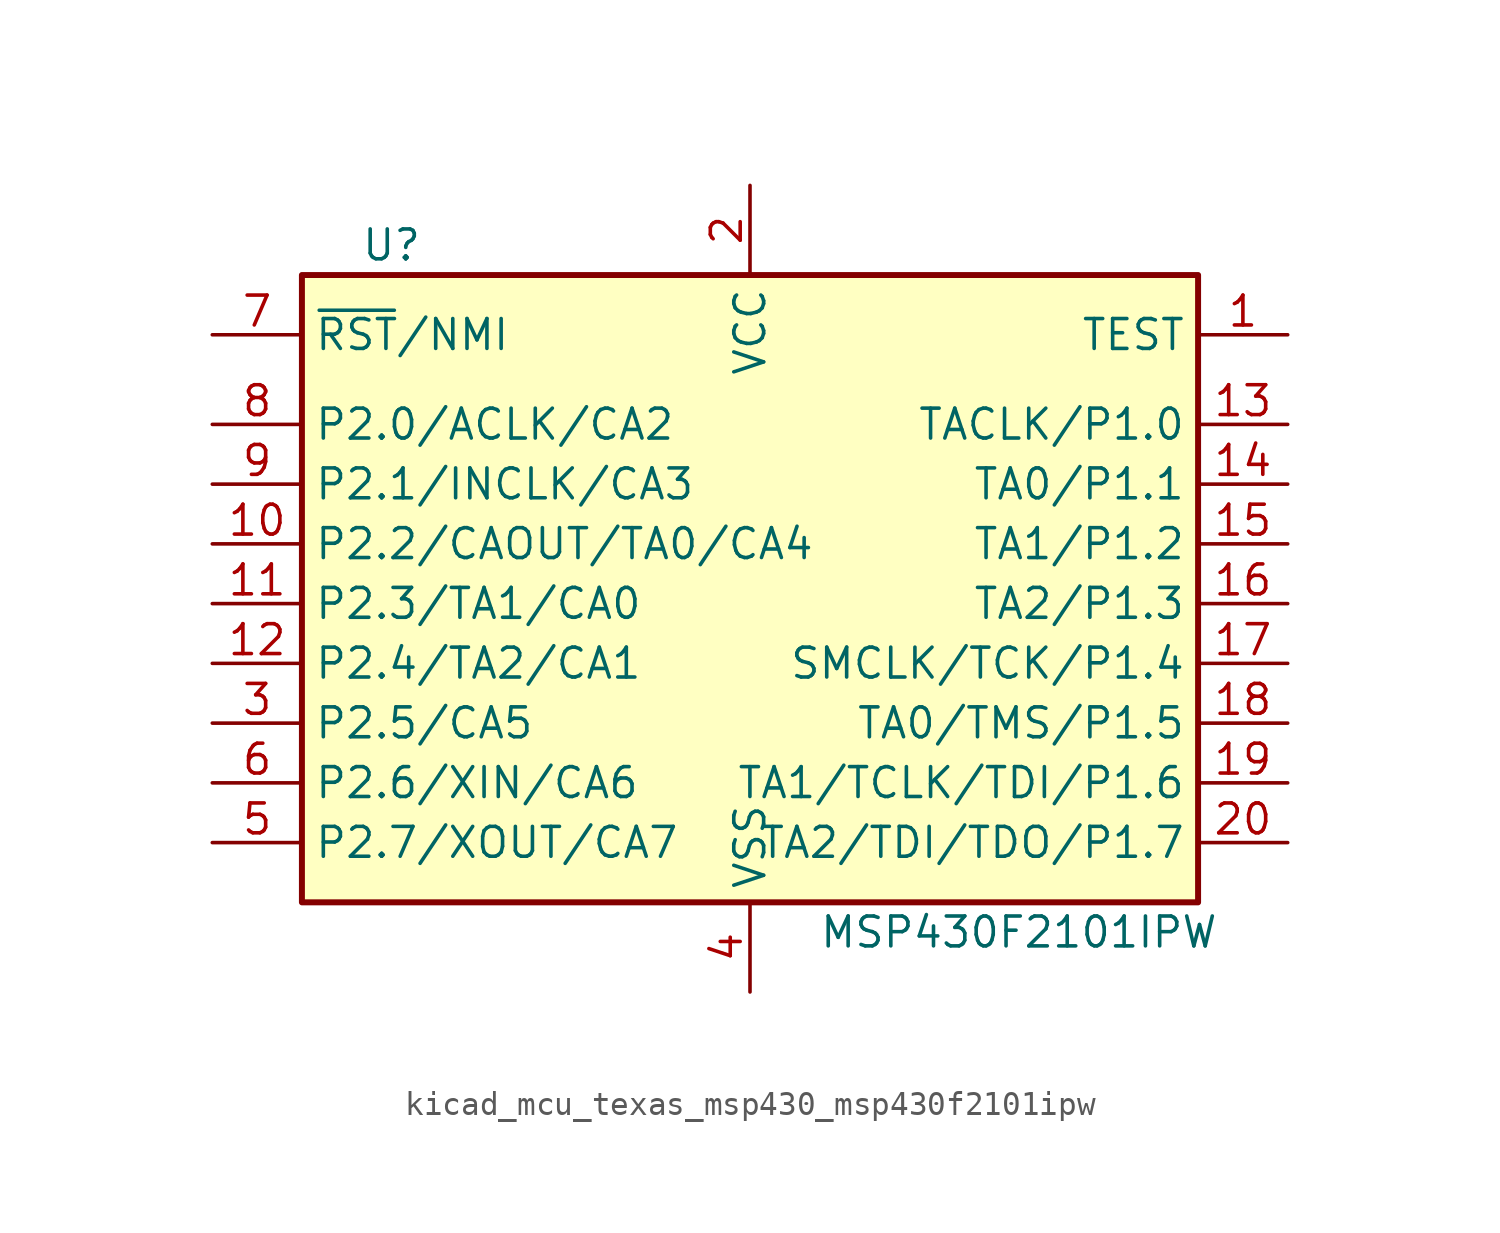
<source format=kicad_sym>
(kicad_symbol_lib
  (version 20220914)
  (generator kicad_symbol_editor)
  (symbol "kicad_mcu_texas_msp430_msp430f2101ipw"
    (property "Reference" "U"
      (at -15.24 15.24 0)
      (effects (font (size 1.27 1.27))))
    (property "Value" "MSP430F2101IPW"
      (at 11.43 -13.97 0)
      (effects (font (size 1.27 1.27))))
    (symbol "kicad_mcu_texas_msp430_msp430f2101ipw_0_1"
      (rectangle (start -19.05 13.97) (end 19.05 -12.7) (stroke (width 0.254) (type default)) (fill (type background))))
    (symbol "kicad_mcu_texas_msp430_msp430f2101ipw_1_1"
      (pin input line (at 22.86 11.43 180) (length 3.81) (name "TEST" (effects (font (size 1.27 1.27)))) (number "1" (effects (font (size 1.27 1.27)))))
      (pin bidirectional line (at -22.86 2.54 0) (length 3.81) (name "P2.2/CAOUT/TA0/CA4" (effects (font (size 1.27 1.27)))) (number "10" (effects (font (size 1.27 1.27)))))
      (pin bidirectional line (at -22.86 0 0) (length 3.81) (name "P2.3/TA1/CA0" (effects (font (size 1.27 1.27)))) (number "11" (effects (font (size 1.27 1.27)))))
      (pin bidirectional line (at -22.86 -2.54 0) (length 3.81) (name "P2.4/TA2/CA1" (effects (font (size 1.27 1.27)))) (number "12" (effects (font (size 1.27 1.27)))))
      (pin bidirectional line (at 22.86 7.62 180) (length 3.81) (name "TACLK/P1.0" (effects (font (size 1.27 1.27)))) (number "13" (effects (font (size 1.27 1.27)))))
      (pin bidirectional line (at 22.86 5.08 180) (length 3.81) (name "TA0/P1.1" (effects (font (size 1.27 1.27)))) (number "14" (effects (font (size 1.27 1.27)))))
      (pin bidirectional line (at 22.86 2.54 180) (length 3.81) (name "TA1/P1.2" (effects (font (size 1.27 1.27)))) (number "15" (effects (font (size 1.27 1.27)))))
      (pin bidirectional line (at 22.86 0 180) (length 3.81) (name "TA2/P1.3" (effects (font (size 1.27 1.27)))) (number "16" (effects (font (size 1.27 1.27)))))
      (pin bidirectional line (at 22.86 -2.54 180) (length 3.81) (name "SMCLK/TCK/P1.4" (effects (font (size 1.27 1.27)))) (number "17" (effects (font (size 1.27 1.27)))))
      (pin bidirectional line (at 22.86 -5.08 180) (length 3.81) (name "TA0/TMS/P1.5" (effects (font (size 1.27 1.27)))) (number "18" (effects (font (size 1.27 1.27)))))
      (pin bidirectional line (at 22.86 -7.62 180) (length 3.81) (name "TA1/TCLK/TDI/P1.6" (effects (font (size 1.27 1.27)))) (number "19" (effects (font (size 1.27 1.27)))))
      (pin power_in line (at 0 17.78 270) (length 3.81) (name "VCC" (effects (font (size 1.27 1.27)))) (number "2" (effects (font (size 1.27 1.27)))))
      (pin bidirectional line (at 22.86 -10.16 180) (length 3.81) (name "TA2/TDI/TDO/P1.7" (effects (font (size 1.27 1.27)))) (number "20" (effects (font (size 1.27 1.27)))))
      (pin bidirectional line (at -22.86 -5.08 0) (length 3.81) (name "P2.5/CA5" (effects (font (size 1.27 1.27)))) (number "3" (effects (font (size 1.27 1.27)))))
      (pin power_in line (at 0 -16.51 90) (length 3.81) (name "VSS" (effects (font (size 1.27 1.27)))) (number "4" (effects (font (size 1.27 1.27)))))
      (pin bidirectional line (at -22.86 -10.16 0) (length 3.81) (name "P2.7/XOUT/CA7" (effects (font (size 1.27 1.27)))) (number "5" (effects (font (size 1.27 1.27)))))
      (pin bidirectional line (at -22.86 -7.62 0) (length 3.81) (name "P2.6/XIN/CA6" (effects (font (size 1.27 1.27)))) (number "6" (effects (font (size 1.27 1.27)))))
      (pin input line (at -22.86 11.43 0) (length 3.81) (name "~{RST}/NMI" (effects (font (size 1.27 1.27)))) (number "7" (effects (font (size 1.27 1.27)))))
      (pin bidirectional line (at -22.86 7.62 0) (length 3.81) (name "P2.0/ACLK/CA2" (effects (font (size 1.27 1.27)))) (number "8" (effects (font (size 1.27 1.27)))))
      (pin bidirectional line (at -22.86 5.08 0) (length 3.81) (name "P2.1/INCLK/CA3" (effects (font (size 1.27 1.27)))) (number "9" (effects (font (size 1.27 1.27))))))))
</source>
